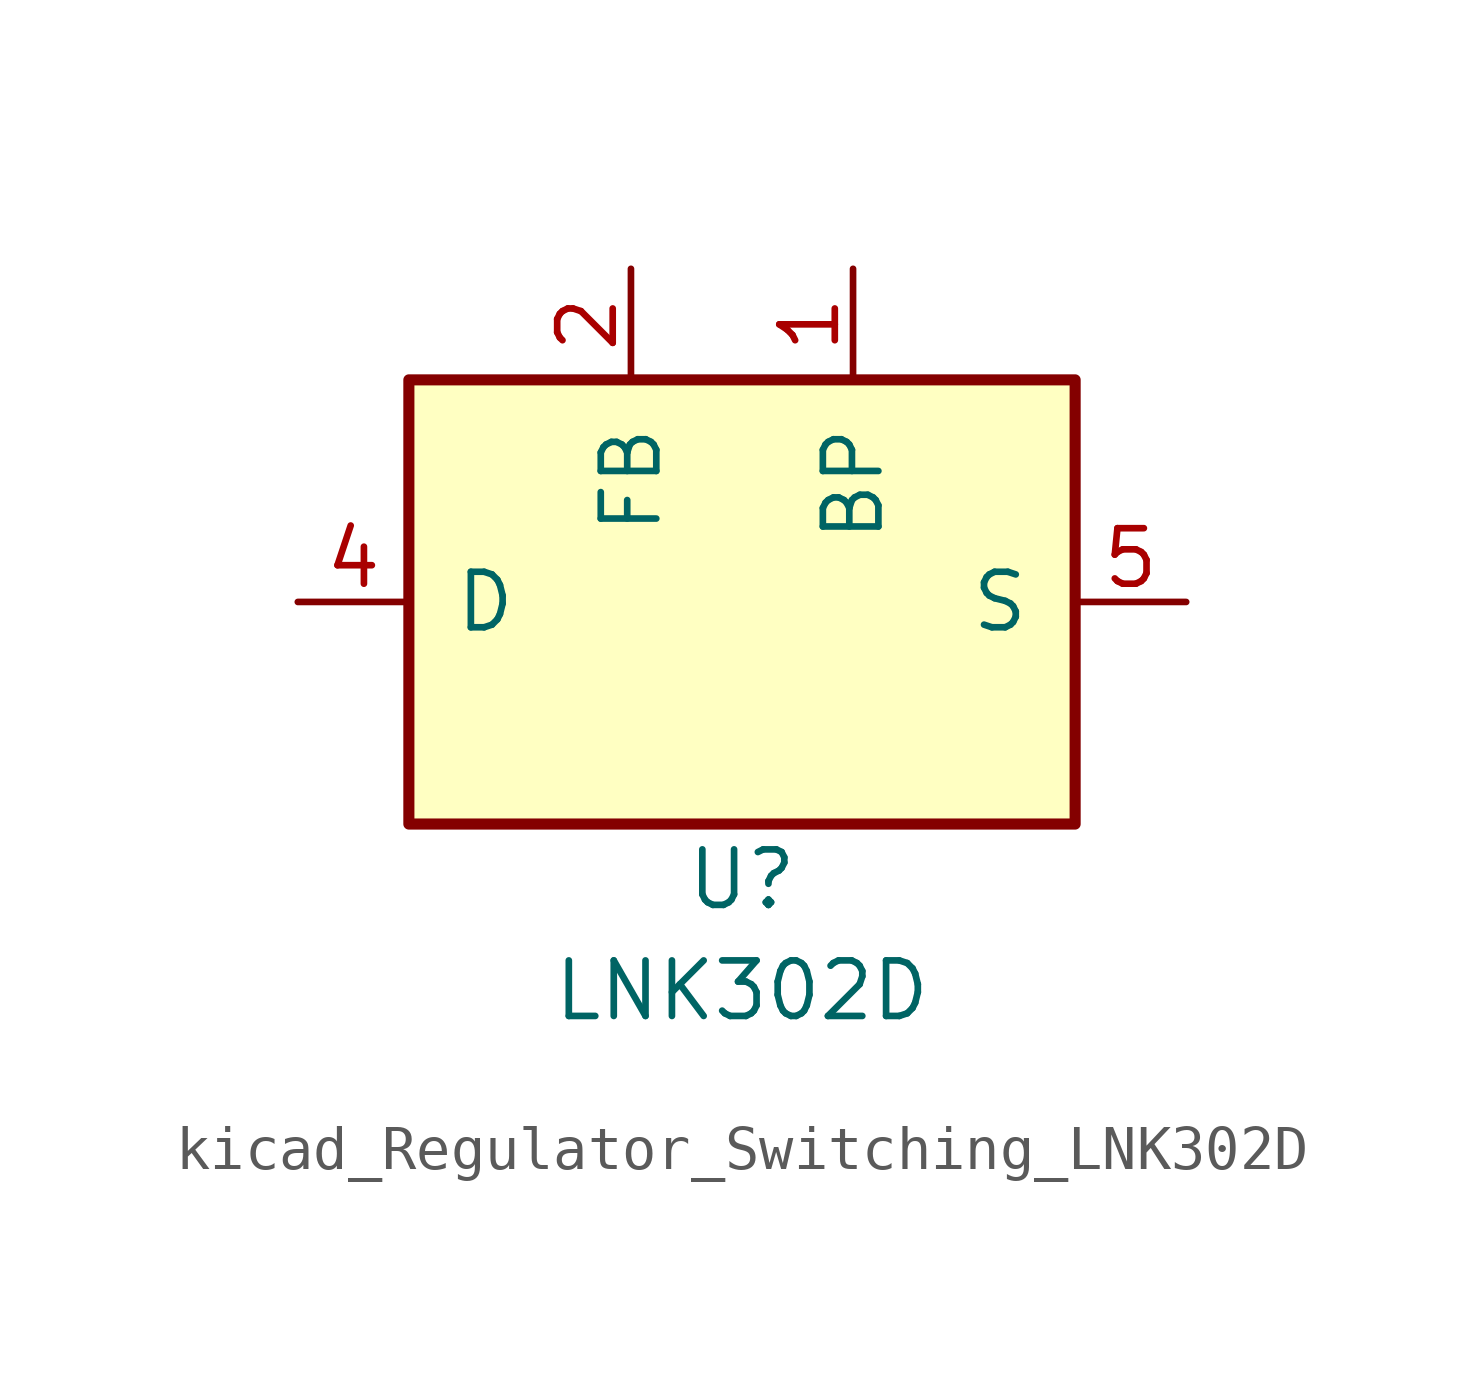
<source format=kicad_sym>
(kicad_symbol_lib
  (version 20220914)
  (generator kicad_symbol_editor)
  (symbol "kicad_Regulator_Switching_LNK302D"
    (pin_names
      (offset 1.016))
    (property "Reference" "U"
      (at 0 -6.35 0)
      (effects (font (size 1.27 1.27))))
    (property "Value" "LNK302D"
      (at 0 -8.89 0)
      (effects (font (size 1.27 1.27))))
    (symbol "kicad_Regulator_Switching_LNK302D_0_1"
      (rectangle (start -7.62 5.08) (end 7.62 -5.08) (stroke (width 0.254) (type default)) (fill (type background))))
    (symbol "kicad_Regulator_Switching_LNK302D_1_1"
      (pin input line (at 2.54 7.62 270) (length 2.54) (name "BP" (effects (font (size 1.27 1.27)))) (number "1" (effects (font (size 1.27 1.27)))))
      (pin input line (at -2.54 7.62 270) (length 2.54) (name "FB" (effects (font (size 1.27 1.27)))) (number "2" (effects (font (size 1.27 1.27)))))
      (pin open_collector line (at -10.16 0 0) (length 2.54) (name "D" (effects (font (size 1.27 1.27)))) (number "4" (effects (font (size 1.27 1.27)))))
      (pin power_in line (at 10.16 0 180) (length 2.54) (name "S" (effects (font (size 1.27 1.27)))) (number "5" (effects (font (size 1.27 1.27)))))
      (pin passive line (at 10.16 0 180) (length 2.54) hide (name "S" (effects (font (size 1.27 1.27)))) (number "6" (effects (font (size 1.27 1.27)))))
      (pin passive line (at 10.16 0 180) (length 2.54) hide (name "S" (effects (font (size 1.27 1.27)))) (number "7" (effects (font (size 1.27 1.27)))))
      (pin passive line (at 10.16 0 180) (length 2.54) hide (name "S" (effects (font (size 1.27 1.27)))) (number "8" (effects (font (size 1.27 1.27))))))))
</source>
